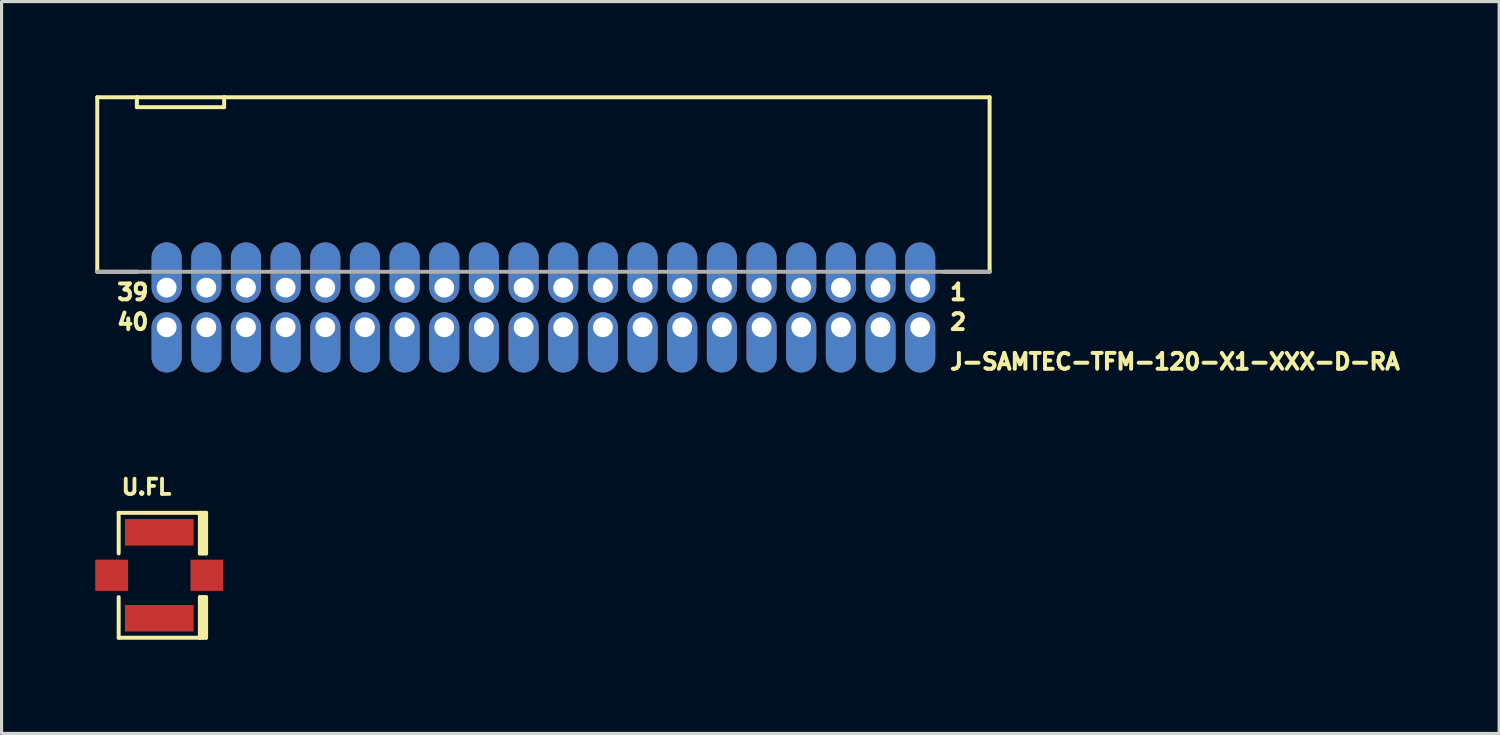
<source format=kicad_pcb>
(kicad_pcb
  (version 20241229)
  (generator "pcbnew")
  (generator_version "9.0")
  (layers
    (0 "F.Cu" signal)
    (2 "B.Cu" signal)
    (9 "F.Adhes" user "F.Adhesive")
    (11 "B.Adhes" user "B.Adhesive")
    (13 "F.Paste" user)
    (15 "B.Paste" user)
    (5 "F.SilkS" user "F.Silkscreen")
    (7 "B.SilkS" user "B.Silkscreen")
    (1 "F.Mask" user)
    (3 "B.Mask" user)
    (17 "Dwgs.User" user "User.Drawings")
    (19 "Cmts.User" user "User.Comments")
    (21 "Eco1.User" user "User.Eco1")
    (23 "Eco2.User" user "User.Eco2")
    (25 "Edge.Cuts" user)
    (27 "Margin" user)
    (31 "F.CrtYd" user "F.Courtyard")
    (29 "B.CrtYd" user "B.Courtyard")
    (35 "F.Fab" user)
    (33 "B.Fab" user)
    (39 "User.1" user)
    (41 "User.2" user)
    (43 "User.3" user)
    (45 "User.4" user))
  (footprint "J-SAMTEC-TFM-120-X1-XXX-D-RA"
    (layer "F.Cu")
    (at 14.351 6.795)
    (property "Reference" "J-SAMTEC-TFM-120-X1-XXX-D-RA" (at 12.954 2.032 0) (layer "F.SilkS") (effects (font (size 0.508 0.508) (thickness 0.127)) (justify left bottom)))
    (fp_line (start -14.287 -6.731) (end -13.018 -6.731) (stroke (width 0.127) (type solid)) (layer "F.SilkS"))
    (fp_line (start -14.287 -1.143) (end -14.287 -6.731) (stroke (width 0.127) (type solid)) (layer "F.SilkS"))
    (fp_line (start -14.287 -1.143) (end -13.018 -1.143) (stroke (width 0.127) (type solid)) (layer "F.SilkS"))
    (fp_line (start -13.018 -6.731) (end -13.018 -6.413) (stroke (width 0.127) (type solid)) (layer "F.SilkS"))
    (fp_line (start -13.018 -6.731) (end -10.223 -6.731) (stroke (width 0.127) (type solid)) (layer "F.SilkS"))
    (fp_line (start -13.018 -6.413) (end -10.223 -6.413) (stroke (width 0.127) (type solid)) (layer "F.SilkS"))
    (fp_line (start -10.223 -6.731) (end 14.287 -6.731) (stroke (width 0.127) (type solid)) (layer "F.SilkS"))
    (fp_line (start -10.223 -6.413) (end -10.223 -6.731) (stroke (width 0.127) (type solid)) (layer "F.SilkS"))
    (fp_line (start 12.827 -1.143) (end 14.287 -1.143) (stroke (width 0.127) (type solid)) (layer "F.SilkS"))
    (fp_line (start 14.287 -6.731) (end 14.287 -1.143) (stroke (width 0.127) (type solid)) (layer "F.SilkS"))
    (fp_line (start -14.287 -1.143) (end -13.018 -1.143) (stroke (width 0.127) (type solid)) (layer "F.Fab"))
    (fp_line (start -13.018 -1.143) (end -10.223 -1.143) (stroke (width 0.127) (type solid)) (layer "F.Fab"))
    (fp_line (start -10.223 -1.143) (end 14.287 -1.143) (stroke (width 0.127) (type solid)) (layer "F.Fab"))
    (fp_text user "40" (at -13.716 0.762 0) (layer "F.SilkS") (effects (font (size 0.508 0.508) (thickness 0.127)) (justify left bottom)))
    (fp_text user "2" (at 12.954 0.762 0) (layer "F.SilkS") (effects (font (size 0.508 0.508) (thickness 0.127)) (justify left bottom)))
    (fp_text user "39" (at -13.716 -0.191 0) (layer "F.SilkS") (effects (font (size 0.508 0.508) (thickness 0.127)) (justify left bottom)))
    (fp_text user "1" (at 12.954 -0.191 0) (layer "F.SilkS") (effects (font (size 0.508 0.508) (thickness 0.127)) (justify left bottom)))
    (pad "1" thru_hole oval (at 12.065 -0.635 90) (size 1.93 0.965) (drill 0.635 (offset 0.483 0)) (layers "*.Cu" "*.Mask"))
    (pad "2" thru_hole oval (at 12.065 0.635 270) (size 1.93 0.965) (drill 0.635 (offset 0.483 0)) (layers "*.Cu" "*.Mask"))
    (pad "3" thru_hole oval (at 10.795 -0.635 90) (size 1.93 0.965) (drill 0.635 (offset 0.483 0)) (layers "*.Cu" "*.Mask"))
    (pad "4" thru_hole oval (at 10.795 0.635 270) (size 1.93 0.965) (drill 0.635 (offset 0.483 0)) (layers "*.Cu" "*.Mask"))
    (pad "5" thru_hole oval (at 9.525 -0.635 90) (size 1.93 0.965) (drill 0.635 (offset 0.483 0)) (layers "*.Cu" "*.Mask"))
    (pad "6" thru_hole oval (at 9.525 0.635 270) (size 1.93 0.965) (drill 0.635 (offset 0.483 0)) (layers "*.Cu" "*.Mask"))
    (pad "7" thru_hole oval (at 8.255 -0.635 90) (size 1.93 0.965) (drill 0.635 (offset 0.483 0)) (layers "*.Cu" "*.Mask"))
    (pad "8" thru_hole oval (at 8.255 0.635 270) (size 1.93 0.965) (drill 0.635 (offset 0.483 0)) (layers "*.Cu" "*.Mask"))
    (pad "9" thru_hole oval (at 6.985 -0.635 90) (size 1.93 0.965) (drill 0.635 (offset 0.483 0)) (layers "*.Cu" "*.Mask"))
    (pad "10" thru_hole oval (at 6.985 0.635 270) (size 1.93 0.965) (drill 0.635 (offset 0.483 0)) (layers "*.Cu" "*.Mask"))
    (pad "11" thru_hole oval (at 5.715 -0.635 90) (size 1.93 0.965) (drill 0.635 (offset 0.483 0)) (layers "*.Cu" "*.Mask"))
    (pad "12" thru_hole oval (at 5.715 0.635 270) (size 1.93 0.965) (drill 0.635 (offset 0.483 0)) (layers "*.Cu" "*.Mask"))
    (pad "13" thru_hole oval (at 4.445 -0.635 90) (size 1.93 0.965) (drill 0.635 (offset 0.483 0)) (layers "*.Cu" "*.Mask"))
    (pad "14" thru_hole oval (at 4.445 0.635 270) (size 1.93 0.965) (drill 0.635 (offset 0.483 0)) (layers "*.Cu" "*.Mask"))
    (pad "15" thru_hole oval (at 3.175 -0.635 90) (size 1.93 0.965) (drill 0.635 (offset 0.483 0)) (layers "*.Cu" "*.Mask"))
    (pad "16" thru_hole oval (at 3.175 0.635 270) (size 1.93 0.965) (drill 0.635 (offset 0.483 0)) (layers "*.Cu" "*.Mask"))
    (pad "17" thru_hole oval (at 1.905 -0.635 90) (size 1.93 0.965) (drill 0.635 (offset 0.483 0)) (layers "*.Cu" "*.Mask"))
    (pad "18" thru_hole oval (at 1.905 0.635 270) (size 1.93 0.965) (drill 0.635 (offset 0.483 0)) (layers "*.Cu" "*.Mask"))
    (pad "19" thru_hole oval (at 0.635 -0.635 90) (size 1.93 0.965) (drill 0.635 (offset 0.483 0)) (layers "*.Cu" "*.Mask"))
    (pad "20" thru_hole oval (at 0.635 0.635 270) (size 1.93 0.965) (drill 0.635 (offset 0.483 0)) (layers "*.Cu" "*.Mask"))
    (pad "21" thru_hole oval (at -0.635 -0.635 90) (size 1.93 0.965) (drill 0.635 (offset 0.483 0)) (layers "*.Cu" "*.Mask"))
    (pad "22" thru_hole oval (at -0.635 0.635 270) (size 1.93 0.965) (drill 0.635 (offset 0.483 0)) (layers "*.Cu" "*.Mask"))
    (pad "23" thru_hole oval (at -1.905 -0.635 90) (size 1.93 0.965) (drill 0.635 (offset 0.483 0)) (layers "*.Cu" "*.Mask"))
    (pad "24" thru_hole oval (at -1.905 0.635 270) (size 1.93 0.965) (drill 0.635 (offset 0.483 0)) (layers "*.Cu" "*.Mask"))
    (pad "25" thru_hole oval (at -3.175 -0.635 90) (size 1.93 0.965) (drill 0.635 (offset 0.483 0)) (layers "*.Cu" "*.Mask"))
    (pad "26" thru_hole oval (at -3.175 0.635 270) (size 1.93 0.965) (drill 0.635 (offset 0.483 0)) (layers "*.Cu" "*.Mask"))
    (pad "27" thru_hole oval (at -4.445 -0.635 90) (size 1.93 0.965) (drill 0.635 (offset 0.483 0)) (layers "*.Cu" "*.Mask"))
    (pad "28" thru_hole oval (at -4.445 0.635 270) (size 1.93 0.965) (drill 0.635 (offset 0.483 0)) (layers "*.Cu" "*.Mask"))
    (pad "29" thru_hole oval (at -5.715 -0.635 90) (size 1.93 0.965) (drill 0.635 (offset 0.483 0)) (layers "*.Cu" "*.Mask"))
    (pad "30" thru_hole oval (at -5.715 0.635 270) (size 1.93 0.965) (drill 0.635 (offset 0.483 0)) (layers "*.Cu" "*.Mask"))
    (pad "31" thru_hole oval (at -6.985 -0.635 90) (size 1.93 0.965) (drill 0.635 (offset 0.483 0)) (layers "*.Cu" "*.Mask"))
    (pad "32" thru_hole oval (at -6.985 0.635 270) (size 1.93 0.965) (drill 0.635 (offset 0.483 0)) (layers "*.Cu" "*.Mask"))
    (pad "33" thru_hole oval (at -8.255 -0.635 90) (size 1.93 0.965) (drill 0.635 (offset 0.483 0)) (layers "*.Cu" "*.Mask"))
    (pad "34" thru_hole oval (at -8.255 0.635 270) (size 1.93 0.965) (drill 0.635 (offset 0.483 0)) (layers "*.Cu" "*.Mask"))
    (pad "35" thru_hole oval (at -9.525 -0.635 90) (size 1.93 0.965) (drill 0.635 (offset 0.483 0)) (layers "*.Cu" "*.Mask"))
    (pad "36" thru_hole oval (at -9.525 0.635 270) (size 1.93 0.965) (drill 0.635 (offset 0.483 0)) (layers "*.Cu" "*.Mask"))
    (pad "37" thru_hole oval (at -10.795 -0.635 90) (size 1.93 0.965) (drill 0.635 (offset 0.483 0)) (layers "*.Cu" "*.Mask"))
    (pad "38" thru_hole oval (at -10.795 0.635 270) (size 1.93 0.965) (drill 0.635 (offset 0.483 0)) (layers "*.Cu" "*.Mask"))
    (pad "39" thru_hole oval (at -12.065 -0.635 90) (size 1.93 0.965) (drill 0.635 (offset 0.483 0)) (layers "*.Cu" "*.Mask"))
    (pad "40" thru_hole oval (at -12.065 0.635 270) (size 1.93 0.965) (drill 0.635 (offset 0.483 0)) (layers "*.Cu" "*.Mask")))
  (footprint "U.FL"
    (layer "F.Cu")
    (at 2.05 15.371)
    (property "Reference" "U.FL" (at -1.27 -2.54 0) (layer "F.SilkS") (effects (font (size 0.488 0.488) (thickness 0.122)) (justify left bottom)))
    (fp_line (start -1.3 -0.7) (end -1.3 -2) (stroke (width 0.127) (type solid)) (layer "F.SilkS"))
    (fp_line (start -1.3 2) (end -1.3 0.7) (stroke (width 0.127) (type solid)) (layer "F.SilkS"))
    (fp_line (start -1.3 2) (end 1.3 2) (stroke (width 0.127) (type solid)) (layer "F.SilkS"))
    (fp_line (start 1.3 -2) (end -1.3 -2) (stroke (width 0.127) (type solid)) (layer "F.SilkS"))
    (fp_line (start 1.3 -0.7) (end 1.3 -2) (stroke (width 0.127) (type solid)) (layer "F.SilkS"))
    (fp_line (start 1.3 2) (end 1.3 0.7) (stroke (width 0.127) (type solid)) (layer "F.SilkS"))
    (fp_line (start 1.4 -0.7) (end 1.4 -2) (stroke (width 0.127) (type solid)) (layer "F.SilkS"))
    (fp_line (start 1.4 2) (end 1.4 0.7) (stroke (width 0.127) (type solid)) (layer "F.SilkS"))
    (fp_line (start 1.5 -2) (end 1.3 -2) (stroke (width 0.127) (type solid)) (layer "F.SilkS"))
    (fp_line (start 1.5 -0.7) (end 1.3 -0.7) (stroke (width 0.127) (type solid)) (layer "F.SilkS"))
    (fp_line (start 1.5 -0.7) (end 1.5 -2) (stroke (width 0.127) (type solid)) (layer "F.SilkS"))
    (fp_line (start 1.5 0.7) (end 1.3 0.7) (stroke (width 0.127) (type solid)) (layer "F.SilkS"))
    (fp_line (start 1.5 2) (end 1.3 2) (stroke (width 0.127) (type solid)) (layer "F.SilkS"))
    (fp_line (start 1.5 2) (end 1.5 0.7) (stroke (width 0.127) (type solid)) (layer "F.SilkS"))
    (pad "1" smd rect (at 0 -1.375) (size 2.2 0.85) (layers "F.Cu" "F.Mask" "F.Paste"))
    (pad "2" smd rect (at 0 1.375) (size 2.2 0.85) (layers "F.Cu" "F.Mask" "F.Paste"))
    (pad "FEED" smd rect (at 1.525 0) (size 1.05 1) (layers "F.Cu" "F.Mask" "F.Paste"))
    (pad "NC" smd rect (at -1.525 0) (size 1.05 1) (layers "F.Cu" "F.Mask" "F.Paste")))
  (gr_rect
    (start -3 -3)
    (end 44.954 20.435)
    (stroke (width 0.1) (type default))
    (fill no)
    (layer "Edge.Cuts")))
</source>
